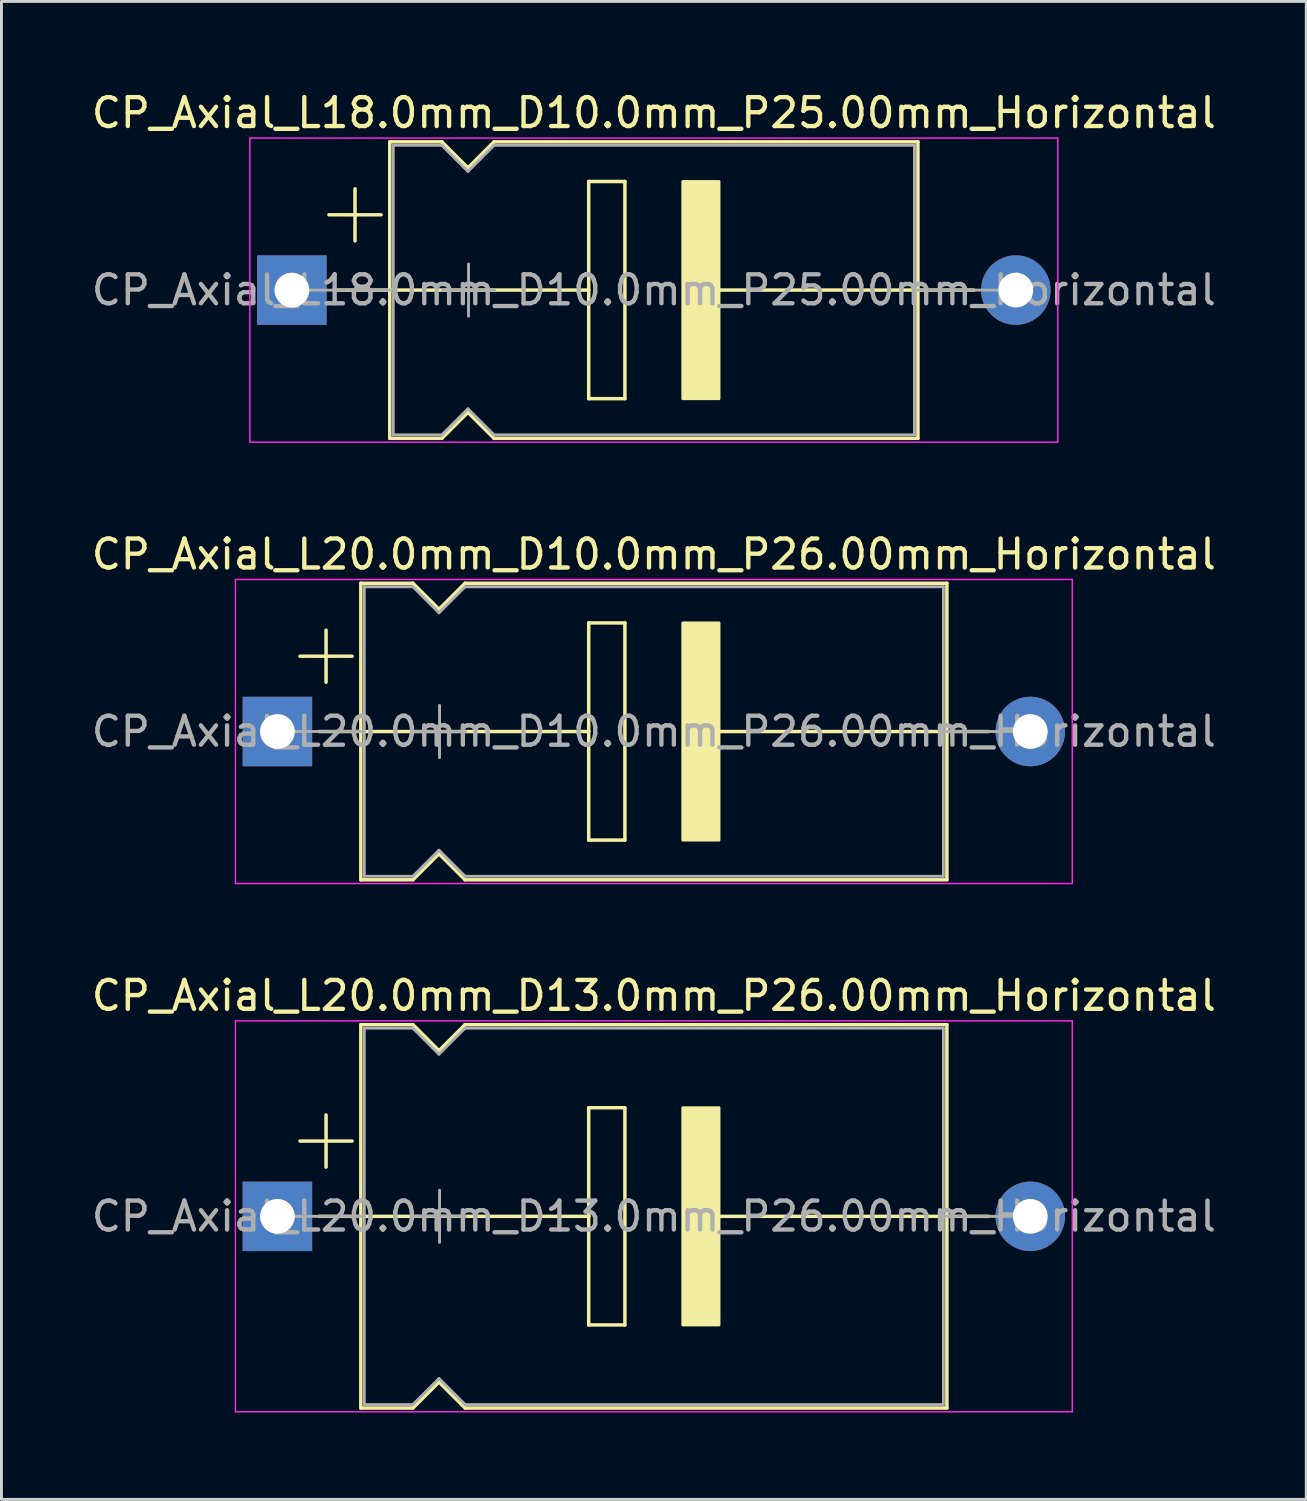
<source format=kicad_pcb>
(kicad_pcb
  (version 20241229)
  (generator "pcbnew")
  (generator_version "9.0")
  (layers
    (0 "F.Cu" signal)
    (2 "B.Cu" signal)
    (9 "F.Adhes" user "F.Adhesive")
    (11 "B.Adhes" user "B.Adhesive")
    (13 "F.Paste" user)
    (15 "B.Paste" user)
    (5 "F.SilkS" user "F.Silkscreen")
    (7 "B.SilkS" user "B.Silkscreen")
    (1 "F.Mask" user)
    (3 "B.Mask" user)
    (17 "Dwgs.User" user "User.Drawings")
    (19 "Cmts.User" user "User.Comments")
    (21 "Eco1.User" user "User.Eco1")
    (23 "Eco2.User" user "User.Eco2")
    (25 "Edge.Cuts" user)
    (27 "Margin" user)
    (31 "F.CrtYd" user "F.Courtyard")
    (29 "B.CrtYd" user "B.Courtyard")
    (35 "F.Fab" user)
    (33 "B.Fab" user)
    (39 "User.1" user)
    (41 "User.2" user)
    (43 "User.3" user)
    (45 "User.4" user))
  (footprint "CP_Axial_L20.0mm_D10.0mm_P26.00mm_Horizontal"
    (layer "F.Cu")
    (at 6.53 22.212)
    (property "Reference" "CP_Axial_L20.0mm_D10.0mm_P26.00mm_Horizontal" (at 13 -6.12 0) (layer "F.SilkS") (effects (font (size 1 1) (thickness 0.15))))
    (attr through_hole)
    (fp_line (start 0.78 -2.6) (end 2.58 -2.6) (stroke (width 0.12) (type solid)) (layer "F.SilkS"))
    (fp_line (start 1.44 0) (end 2.88 0) (stroke (width 0.12) (type solid)) (layer "F.SilkS"))
    (fp_line (start 1.68 -3.5) (end 1.68 -1.7) (stroke (width 0.12) (type solid)) (layer "F.SilkS"))
    (fp_line (start 2.88 -5.12) (end 2.88 5.12) (stroke (width 0.12) (type solid)) (layer "F.SilkS"))
    (fp_line (start 2.88 -5.12) (end 4.68 -5.12) (stroke (width 0.12) (type solid)) (layer "F.SilkS"))
    (fp_line (start 2.88 0) (end 10.75 0) (stroke (width 0.12) (type solid)) (layer "F.SilkS"))
    (fp_line (start 2.88 5.12) (end 4.68 5.12) (stroke (width 0.12) (type solid)) (layer "F.SilkS"))
    (fp_line (start 4.68 -5.12) (end 5.58 -4.22) (stroke (width 0.12) (type solid)) (layer "F.SilkS"))
    (fp_line (start 4.68 5.12) (end 5.58 4.22) (stroke (width 0.12) (type solid)) (layer "F.SilkS"))
    (fp_line (start 5.58 -4.22) (end 6.48 -5.12) (stroke (width 0.12) (type solid)) (layer "F.SilkS"))
    (fp_line (start 5.58 4.22) (end 6.48 5.12) (stroke (width 0.12) (type solid)) (layer "F.SilkS"))
    (fp_line (start 6.48 -5.12) (end 23.12 -5.12) (stroke (width 0.12) (type solid)) (layer "F.SilkS"))
    (fp_line (start 6.48 5.12) (end 23.12 5.12) (stroke (width 0.12) (type solid)) (layer "F.SilkS"))
    (fp_line (start 10.75 -3.75) (end 12 -3.75) (stroke (width 0.12) (type solid)) (layer "F.SilkS"))
    (fp_line (start 10.75 0) (end 10.75 -3.75) (stroke (width 0.12) (type solid)) (layer "F.SilkS"))
    (fp_line (start 10.75 3.75) (end 10.75 0) (stroke (width 0.12) (type solid)) (layer "F.SilkS"))
    (fp_line (start 12 -3.75) (end 12 3.75) (stroke (width 0.12) (type solid)) (layer "F.SilkS"))
    (fp_line (start 12 3.75) (end 10.75 3.75) (stroke (width 0.12) (type solid)) (layer "F.SilkS"))
    (fp_line (start 15.25 0) (end 23.12 0) (stroke (width 0.12) (type solid)) (layer "F.SilkS"))
    (fp_line (start 23.12 -5.12) (end 23.12 5.12) (stroke (width 0.12) (type solid)) (layer "F.SilkS"))
    (fp_line (start 24.56 0) (end 23.12 0) (stroke (width 0.12) (type solid)) (layer "F.SilkS"))
    (fp_poly (pts (xy 15.25 3.75) (xy 14 3.75) (xy 14 -3.75) (xy 15.25 -3.75)) (stroke (width 0.1) (type solid)) (fill yes) (layer "F.SilkS"))
    (fp_line (start -1.45 -5.25) (end -1.45 5.25) (stroke (width 0.05) (type solid)) (layer "F.CrtYd"))
    (fp_line (start -1.45 5.25) (end 27.45 5.25) (stroke (width 0.05) (type solid)) (layer "F.CrtYd"))
    (fp_line (start 27.45 -5.25) (end -1.45 -5.25) (stroke (width 0.05) (type solid)) (layer "F.CrtYd"))
    (fp_line (start 27.45 5.25) (end 27.45 -5.25) (stroke (width 0.05) (type solid)) (layer "F.CrtYd"))
    (fp_line (start 0 0) (end 3 0) (stroke (width 0.1) (type solid)) (layer "F.Fab"))
    (fp_line (start 3 -5) (end 3 5) (stroke (width 0.1) (type solid)) (layer "F.Fab"))
    (fp_line (start 3 -5) (end 4.68 -5) (stroke (width 0.1) (type solid)) (layer "F.Fab"))
    (fp_line (start 3 5) (end 4.68 5) (stroke (width 0.1) (type solid)) (layer "F.Fab"))
    (fp_line (start 4.68 -5) (end 5.58 -4.1) (stroke (width 0.1) (type solid)) (layer "F.Fab"))
    (fp_line (start 4.68 5) (end 5.58 4.1) (stroke (width 0.1) (type solid)) (layer "F.Fab"))
    (fp_line (start 4.7 0) (end 6.5 0) (stroke (width 0.1) (type solid)) (layer "F.Fab"))
    (fp_line (start 5.58 -4.1) (end 6.48 -5) (stroke (width 0.1) (type solid)) (layer "F.Fab"))
    (fp_line (start 5.58 4.1) (end 6.48 5) (stroke (width 0.1) (type solid)) (layer "F.Fab"))
    (fp_line (start 5.6 -0.9) (end 5.6 0.9) (stroke (width 0.1) (type solid)) (layer "F.Fab"))
    (fp_line (start 6.48 -5) (end 23 -5) (stroke (width 0.1) (type solid)) (layer "F.Fab"))
    (fp_line (start 6.48 5) (end 23 5) (stroke (width 0.1) (type solid)) (layer "F.Fab"))
    (fp_line (start 23 -5) (end 23 5) (stroke (width 0.1) (type solid)) (layer "F.Fab"))
    (fp_line (start 26 0) (end 23 0) (stroke (width 0.1) (type solid)) (layer "F.Fab"))
    (fp_text user "${REFERENCE}" (at 13 0 0) (layer "F.Fab") (effects (font (size 1 1) (thickness 0.15))))
    (pad "1" thru_hole rect (at 0 0) (size 2.4 2.4) (drill 1.2) (layers "*.Cu" "*.Mask"))
    (pad "2" thru_hole oval (at 26 0) (size 2.4 2.4) (drill 1.2) (layers "*.Cu" "*.Mask")))
  (footprint "CP_Axial_L20.0mm_D13.0mm_P26.00mm_Horizontal"
    (layer "F.Cu")
    (at 6.53 38.955)
    (property "Reference" "CP_Axial_L20.0mm_D13.0mm_P26.00mm_Horizontal" (at 13 -7.62 0) (layer "F.SilkS") (effects (font (size 1 1) (thickness 0.15))))
    (attr through_hole)
    (fp_line (start 0.78 -2.6) (end 2.58 -2.6) (stroke (width 0.12) (type solid)) (layer "F.SilkS"))
    (fp_line (start 1.44 0) (end 2.88 0) (stroke (width 0.12) (type solid)) (layer "F.SilkS"))
    (fp_line (start 1.68 -3.5) (end 1.68 -1.7) (stroke (width 0.12) (type solid)) (layer "F.SilkS"))
    (fp_line (start 2.88 -6.62) (end 2.88 6.62) (stroke (width 0.12) (type solid)) (layer "F.SilkS"))
    (fp_line (start 2.88 -6.62) (end 4.68 -6.62) (stroke (width 0.12) (type solid)) (layer "F.SilkS"))
    (fp_line (start 2.88 0) (end 10.75 0) (stroke (width 0.12) (type solid)) (layer "F.SilkS"))
    (fp_line (start 2.88 6.62) (end 4.68 6.62) (stroke (width 0.12) (type solid)) (layer "F.SilkS"))
    (fp_line (start 4.68 -6.62) (end 5.58 -5.72) (stroke (width 0.12) (type solid)) (layer "F.SilkS"))
    (fp_line (start 4.68 6.62) (end 5.58 5.72) (stroke (width 0.12) (type solid)) (layer "F.SilkS"))
    (fp_line (start 5.58 -5.72) (end 6.48 -6.62) (stroke (width 0.12) (type solid)) (layer "F.SilkS"))
    (fp_line (start 5.58 5.72) (end 6.48 6.62) (stroke (width 0.12) (type solid)) (layer "F.SilkS"))
    (fp_line (start 6.48 -6.62) (end 23.12 -6.62) (stroke (width 0.12) (type solid)) (layer "F.SilkS"))
    (fp_line (start 6.48 6.62) (end 23.12 6.62) (stroke (width 0.12) (type solid)) (layer "F.SilkS"))
    (fp_line (start 10.75 -3.75) (end 12 -3.75) (stroke (width 0.12) (type solid)) (layer "F.SilkS"))
    (fp_line (start 10.75 0) (end 10.75 -3.75) (stroke (width 0.12) (type solid)) (layer "F.SilkS"))
    (fp_line (start 10.75 3.75) (end 10.75 0) (stroke (width 0.12) (type solid)) (layer "F.SilkS"))
    (fp_line (start 12 -3.75) (end 12 3.75) (stroke (width 0.12) (type solid)) (layer "F.SilkS"))
    (fp_line (start 12 3.75) (end 10.75 3.75) (stroke (width 0.12) (type solid)) (layer "F.SilkS"))
    (fp_line (start 15.25 0) (end 23.12 0) (stroke (width 0.12) (type solid)) (layer "F.SilkS"))
    (fp_line (start 23.12 -6.62) (end 23.12 6.62) (stroke (width 0.12) (type solid)) (layer "F.SilkS"))
    (fp_line (start 24.56 0) (end 23.12 0) (stroke (width 0.12) (type solid)) (layer "F.SilkS"))
    (fp_poly (pts (xy 15.25 3.75) (xy 14 3.75) (xy 14 -3.75) (xy 15.25 -3.75)) (stroke (width 0.1) (type solid)) (fill yes) (layer "F.SilkS"))
    (fp_line (start -1.45 -6.75) (end -1.45 6.75) (stroke (width 0.05) (type solid)) (layer "F.CrtYd"))
    (fp_line (start -1.45 6.75) (end 27.45 6.75) (stroke (width 0.05) (type solid)) (layer "F.CrtYd"))
    (fp_line (start 27.45 -6.75) (end -1.45 -6.75) (stroke (width 0.05) (type solid)) (layer "F.CrtYd"))
    (fp_line (start 27.45 6.75) (end 27.45 -6.75) (stroke (width 0.05) (type solid)) (layer "F.CrtYd"))
    (fp_line (start 0 0) (end 3 0) (stroke (width 0.1) (type solid)) (layer "F.Fab"))
    (fp_line (start 3 -6.5) (end 3 6.5) (stroke (width 0.1) (type solid)) (layer "F.Fab"))
    (fp_line (start 3 -6.5) (end 4.68 -6.5) (stroke (width 0.1) (type solid)) (layer "F.Fab"))
    (fp_line (start 3 6.5) (end 4.68 6.5) (stroke (width 0.1) (type solid)) (layer "F.Fab"))
    (fp_line (start 4.68 -6.5) (end 5.58 -5.6) (stroke (width 0.1) (type solid)) (layer "F.Fab"))
    (fp_line (start 4.68 6.5) (end 5.58 5.6) (stroke (width 0.1) (type solid)) (layer "F.Fab"))
    (fp_line (start 4.7 0) (end 6.5 0) (stroke (width 0.1) (type solid)) (layer "F.Fab"))
    (fp_line (start 5.58 -5.6) (end 6.48 -6.5) (stroke (width 0.1) (type solid)) (layer "F.Fab"))
    (fp_line (start 5.58 5.6) (end 6.48 6.5) (stroke (width 0.1) (type solid)) (layer "F.Fab"))
    (fp_line (start 5.6 -0.9) (end 5.6 0.9) (stroke (width 0.1) (type solid)) (layer "F.Fab"))
    (fp_line (start 6.48 -6.5) (end 23 -6.5) (stroke (width 0.1) (type solid)) (layer "F.Fab"))
    (fp_line (start 6.48 6.5) (end 23 6.5) (stroke (width 0.1) (type solid)) (layer "F.Fab"))
    (fp_line (start 23 -6.5) (end 23 6.5) (stroke (width 0.1) (type solid)) (layer "F.Fab"))
    (fp_line (start 26 0) (end 23 0) (stroke (width 0.1) (type solid)) (layer "F.Fab"))
    (fp_text user "${REFERENCE}" (at 13 0 0) (layer "F.Fab") (effects (font (size 1 1) (thickness 0.15))))
    (pad "1" thru_hole rect (at 0 0) (size 2.4 2.4) (drill 1.2) (layers "*.Cu" "*.Mask"))
    (pad "2" thru_hole oval (at 26 0) (size 2.4 2.4) (drill 1.2) (layers "*.Cu" "*.Mask")))
  (footprint "CP_Axial_L18.0mm_D10.0mm_P25.00mm_Horizontal"
    (layer "F.Cu")
    (at 7.03 6.968)
    (property "Reference" "CP_Axial_L18.0mm_D10.0mm_P25.00mm_Horizontal" (at 12.5 -6.12 0) (layer "F.SilkS") (effects (font (size 1 1) (thickness 0.15))))
    (attr through_hole)
    (fp_line (start 1.28 -2.6) (end 3.08 -2.6) (stroke (width 0.12) (type solid)) (layer "F.SilkS"))
    (fp_line (start 1.44 0) (end 3.38 0) (stroke (width 0.12) (type solid)) (layer "F.SilkS"))
    (fp_line (start 2.18 -3.5) (end 2.18 -1.7) (stroke (width 0.12) (type solid)) (layer "F.SilkS"))
    (fp_line (start 3.38 -5.12) (end 3.38 5.12) (stroke (width 0.12) (type solid)) (layer "F.SilkS"))
    (fp_line (start 3.38 -5.12) (end 5.18 -5.12) (stroke (width 0.12) (type solid)) (layer "F.SilkS"))
    (fp_line (start 3.38 0) (end 10.25 0) (stroke (width 0.12) (type solid)) (layer "F.SilkS"))
    (fp_line (start 3.38 5.12) (end 5.18 5.12) (stroke (width 0.12) (type solid)) (layer "F.SilkS"))
    (fp_line (start 5.18 -5.12) (end 6.08 -4.22) (stroke (width 0.12) (type solid)) (layer "F.SilkS"))
    (fp_line (start 5.18 5.12) (end 6.08 4.22) (stroke (width 0.12) (type solid)) (layer "F.SilkS"))
    (fp_line (start 6.08 -4.22) (end 6.98 -5.12) (stroke (width 0.12) (type solid)) (layer "F.SilkS"))
    (fp_line (start 6.08 4.22) (end 6.98 5.12) (stroke (width 0.12) (type solid)) (layer "F.SilkS"))
    (fp_line (start 6.98 -5.12) (end 21.62 -5.12) (stroke (width 0.12) (type solid)) (layer "F.SilkS"))
    (fp_line (start 6.98 5.12) (end 21.62 5.12) (stroke (width 0.12) (type solid)) (layer "F.SilkS"))
    (fp_line (start 10.25 -3.75) (end 11.5 -3.75) (stroke (width 0.12) (type solid)) (layer "F.SilkS"))
    (fp_line (start 10.25 0) (end 10.25 -3.75) (stroke (width 0.12) (type solid)) (layer "F.SilkS"))
    (fp_line (start 10.25 3.75) (end 10.25 0) (stroke (width 0.12) (type solid)) (layer "F.SilkS"))
    (fp_line (start 11.5 -3.75) (end 11.5 3.75) (stroke (width 0.12) (type solid)) (layer "F.SilkS"))
    (fp_line (start 11.5 3.75) (end 10.25 3.75) (stroke (width 0.12) (type solid)) (layer "F.SilkS"))
    (fp_line (start 14.75 0) (end 21.62 0) (stroke (width 0.12) (type solid)) (layer "F.SilkS"))
    (fp_line (start 21.62 -5.12) (end 21.62 5.12) (stroke (width 0.12) (type solid)) (layer "F.SilkS"))
    (fp_line (start 23.56 0) (end 21.62 0) (stroke (width 0.12) (type solid)) (layer "F.SilkS"))
    (fp_poly (pts (xy 14.75 3.75) (xy 13.5 3.75) (xy 13.5 -3.75) (xy 14.75 -3.75)) (stroke (width 0.1) (type solid)) (fill yes) (layer "F.SilkS"))
    (fp_line (start -1.45 -5.25) (end -1.45 5.25) (stroke (width 0.05) (type solid)) (layer "F.CrtYd"))
    (fp_line (start -1.45 5.25) (end 26.45 5.25) (stroke (width 0.05) (type solid)) (layer "F.CrtYd"))
    (fp_line (start 26.45 -5.25) (end -1.45 -5.25) (stroke (width 0.05) (type solid)) (layer "F.CrtYd"))
    (fp_line (start 26.45 5.25) (end 26.45 -5.25) (stroke (width 0.05) (type solid)) (layer "F.CrtYd"))
    (fp_line (start 0 0) (end 3.5 0) (stroke (width 0.1) (type solid)) (layer "F.Fab"))
    (fp_line (start 3.5 -5) (end 3.5 5) (stroke (width 0.1) (type solid)) (layer "F.Fab"))
    (fp_line (start 3.5 -5) (end 5.18 -5) (stroke (width 0.1) (type solid)) (layer "F.Fab"))
    (fp_line (start 3.5 5) (end 5.18 5) (stroke (width 0.1) (type solid)) (layer "F.Fab"))
    (fp_line (start 5.18 -5) (end 6.08 -4.1) (stroke (width 0.1) (type solid)) (layer "F.Fab"))
    (fp_line (start 5.18 5) (end 6.08 4.1) (stroke (width 0.1) (type solid)) (layer "F.Fab"))
    (fp_line (start 5.2 0) (end 7 0) (stroke (width 0.1) (type solid)) (layer "F.Fab"))
    (fp_line (start 6.08 -4.1) (end 6.98 -5) (stroke (width 0.1) (type solid)) (layer "F.Fab"))
    (fp_line (start 6.08 4.1) (end 6.98 5) (stroke (width 0.1) (type solid)) (layer "F.Fab"))
    (fp_line (start 6.1 -0.9) (end 6.1 0.9) (stroke (width 0.1) (type solid)) (layer "F.Fab"))
    (fp_line (start 6.98 -5) (end 21.5 -5) (stroke (width 0.1) (type solid)) (layer "F.Fab"))
    (fp_line (start 6.98 5) (end 21.5 5) (stroke (width 0.1) (type solid)) (layer "F.Fab"))
    (fp_line (start 21.5 -5) (end 21.5 5) (stroke (width 0.1) (type solid)) (layer "F.Fab"))
    (fp_line (start 25 0) (end 21.5 0) (stroke (width 0.1) (type solid)) (layer "F.Fab"))
    (fp_text user "${REFERENCE}" (at 12.5 0 0) (layer "F.Fab") (effects (font (size 1 1) (thickness 0.15))))
    (pad "1" thru_hole rect (at 0 0) (size 2.4 2.4) (drill 1.2) (layers "*.Cu" "*.Mask"))
    (pad "2" thru_hole oval (at 25 0) (size 2.4 2.4) (drill 1.2) (layers "*.Cu" "*.Mask")))
  (gr_rect
    (start -3 -3)
    (end 42.06 48.73)
    (stroke (width 0.1) (type default))
    (fill no)
    (layer "Edge.Cuts")))
</source>
